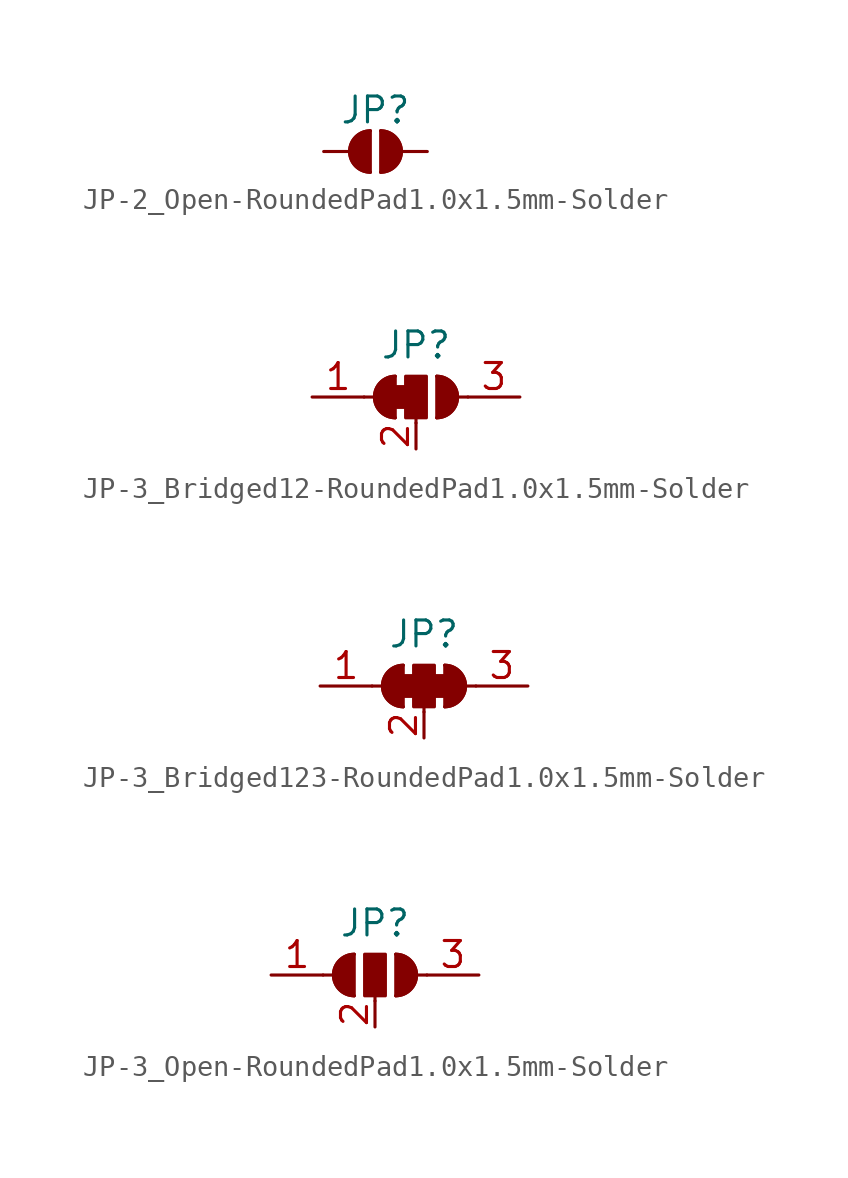
<source format=kicad_sym>
(kicad_symbol_lib
  (version 20241209)
  (generator "kicad_symbol_editor")
  (generator_version "9.0")
  (symbol "JP-2_Open-RoundedPad1.0x1.5mm-Solder"
    (pin_numbers
      (hide yes))
    (pin_names
      (offset 0)
      (hide yes))
    (property "Reference" "JP"
      (at 0 2.032 0)
      (effects (font (size 1.27 1.27))))
    (symbol "JP-2_Open-RoundedPad1.0x1.5mm-Solder_0_1"
      (polyline (pts (xy -0.254 1.016) (xy -0.254 -1.016)) (stroke (width 0) (type default)) (fill (type none)))
      (arc (start -0.254 -1.016) (mid -1.2656 0) (end -0.254 1.016) (stroke (width 0) (type default)) (fill (type none)))
      (arc (start -0.254 -1.016) (mid -1.2656 0) (end -0.254 1.016) (stroke (width 0) (type default)) (fill (type outline)))
      (arc (start 0.254 1.016) (mid 1.2656 0) (end 0.254 -1.016) (stroke (width 0) (type default)) (fill (type none)))
      (arc (start 0.254 1.016) (mid 1.2656 0) (end 0.254 -1.016) (stroke (width 0) (type default)) (fill (type outline)))
      (polyline (pts (xy 0.254 1.016) (xy 0.254 -1.016)) (stroke (width 0) (type default)) (fill (type none))))
    (symbol "JP-2_Open-RoundedPad1.0x1.5mm-Solder_1_1"
      (pin passive line (at -2.54 0 0) (length 1.27) (name "A" (effects (font (size 1.27 1.27)))) (number "1" (effects (font (size 1.27 1.27)))))
      (pin passive line (at 2.54 0 180) (length 1.27) (name "B" (effects (font (size 1.27 1.27)))) (number "2" (effects (font (size 1.27 1.27)))))))
  (symbol "JP-3_Bridged12-RoundedPad1.0x1.5mm-Solder"
    (pin_names
      (offset 0)
      (hide yes))
    (property "Reference" "JP"
      (at 0 2.54 0)
      (effects (font (size 1.27 1.27))))
    (symbol "JP-3_Bridged12-RoundedPad1.0x1.5mm-Solder_0_1"
      (polyline (pts (xy -2.54 0) (xy -2.032 0)) (stroke (width 0) (type default)) (fill (type none)))
      (polyline (pts (xy -1.016 1.016) (xy -1.016 -1.016)) (stroke (width 0) (type default)) (fill (type none)))
      (rectangle (start -1.016 0.508) (end -0.508 -0.508) (stroke (width 0) (type default)) (fill (type outline)))
      (arc (start -1.016 -1.016) (mid -2.0276 0) (end -1.016 1.016) (stroke (width 0) (type default)) (fill (type none)))
      (arc (start -1.016 -1.016) (mid -2.0276 0) (end -1.016 1.016) (stroke (width 0) (type default)) (fill (type outline)))
      (rectangle (start -0.508 1.016) (end 0.508 -1.016) (stroke (width 0) (type default)) (fill (type outline)))
      (polyline (pts (xy 0 -1.27) (xy 0 -1.016)) (stroke (width 0) (type default)) (fill (type none)))
      (arc (start 1.016 1.016) (mid 2.0276 0) (end 1.016 -1.016) (stroke (width 0) (type default)) (fill (type none)))
      (arc (start 1.016 1.016) (mid 2.0276 0) (end 1.016 -1.016) (stroke (width 0) (type default)) (fill (type outline)))
      (polyline (pts (xy 1.016 1.016) (xy 1.016 -1.016)) (stroke (width 0) (type default)) (fill (type none)))
      (polyline (pts (xy 2.54 0) (xy 2.032 0)) (stroke (width 0) (type default)) (fill (type none))))
    (symbol "JP-3_Bridged12-RoundedPad1.0x1.5mm-Solder_1_1"
      (pin passive line (at -5.08 0 0) (length 2.54) (name "A" (effects (font (size 1.27 1.27)))) (number "1" (effects (font (size 1.27 1.27)))))
      (pin passive line (at 0 -2.54 90) (length 1.27) (name "C" (effects (font (size 1.27 1.27)))) (number "2" (effects (font (size 1.27 1.27)))))
      (pin passive line (at 5.08 0 180) (length 2.54) (name "B" (effects (font (size 1.27 1.27)))) (number "3" (effects (font (size 1.27 1.27)))))))
  (symbol "JP-3_Bridged123-RoundedPad1.0x1.5mm-Solder"
    (pin_names
      (offset 0)
      (hide yes))
    (property "Reference" "JP"
      (at 0 2.54 0)
      (effects (font (size 1.27 1.27))))
    (symbol "JP-3_Bridged123-RoundedPad1.0x1.5mm-Solder_0_1"
      (polyline (pts (xy -2.54 0) (xy -2.032 0)) (stroke (width 0) (type default)) (fill (type none)))
      (polyline (pts (xy -1.016 1.016) (xy -1.016 -1.016)) (stroke (width 0) (type default)) (fill (type none)))
      (rectangle (start -1.016 0.508) (end -0.508 -0.508) (stroke (width 0) (type default)) (fill (type outline)))
      (arc (start -1.016 -1.016) (mid -2.0276 0) (end -1.016 1.016) (stroke (width 0) (type default)) (fill (type none)))
      (arc (start -1.016 -1.016) (mid -2.0276 0) (end -1.016 1.016) (stroke (width 0) (type default)) (fill (type outline)))
      (rectangle (start -0.508 1.016) (end 0.508 -1.016) (stroke (width 0) (type default)) (fill (type outline)))
      (polyline (pts (xy 0 -1.27) (xy 0 -1.016)) (stroke (width 0) (type default)) (fill (type none)))
      (rectangle (start 0.508 0.508) (end 1.016 -0.508) (stroke (width 0) (type default)) (fill (type outline)))
      (arc (start 1.016 1.016) (mid 2.0276 0) (end 1.016 -1.016) (stroke (width 0) (type default)) (fill (type none)))
      (arc (start 1.016 1.016) (mid 2.0276 0) (end 1.016 -1.016) (stroke (width 0) (type default)) (fill (type outline)))
      (polyline (pts (xy 1.016 1.016) (xy 1.016 -1.016)) (stroke (width 0) (type default)) (fill (type none)))
      (polyline (pts (xy 2.54 0) (xy 2.032 0)) (stroke (width 0) (type default)) (fill (type none))))
    (symbol "JP-3_Bridged123-RoundedPad1.0x1.5mm-Solder_1_1"
      (pin passive line (at -5.08 0 0) (length 2.54) (name "A" (effects (font (size 1.27 1.27)))) (number "1" (effects (font (size 1.27 1.27)))))
      (pin passive line (at 0 -2.54 90) (length 1.27) (name "C" (effects (font (size 1.27 1.27)))) (number "2" (effects (font (size 1.27 1.27)))))
      (pin passive line (at 5.08 0 180) (length 2.54) (name "B" (effects (font (size 1.27 1.27)))) (number "3" (effects (font (size 1.27 1.27)))))))
  (symbol "JP-3_Open-RoundedPad1.0x1.5mm-Solder"
    (pin_names
      (offset 0)
      (hide yes))
    (property "Reference" "JP"
      (at 0 2.54 0)
      (effects (font (size 1.27 1.27))))
    (symbol "JP-3_Open-RoundedPad1.0x1.5mm-Solder_0_1"
      (polyline (pts (xy -2.54 0) (xy -2.032 0)) (stroke (width 0) (type default)) (fill (type none)))
      (polyline (pts (xy -1.016 1.016) (xy -1.016 -1.016)) (stroke (width 0) (type default)) (fill (type none)))
      (arc (start -1.016 -1.016) (mid -2.0276 0) (end -1.016 1.016) (stroke (width 0) (type default)) (fill (type none)))
      (arc (start -1.016 -1.016) (mid -2.0276 0) (end -1.016 1.016) (stroke (width 0) (type default)) (fill (type outline)))
      (rectangle (start -0.508 1.016) (end 0.508 -1.016) (stroke (width 0) (type default)) (fill (type outline)))
      (polyline (pts (xy 0 -1.27) (xy 0 -1.016)) (stroke (width 0) (type default)) (fill (type none)))
      (arc (start 1.016 1.016) (mid 2.0276 0) (end 1.016 -1.016) (stroke (width 0) (type default)) (fill (type none)))
      (arc (start 1.016 1.016) (mid 2.0276 0) (end 1.016 -1.016) (stroke (width 0) (type default)) (fill (type outline)))
      (polyline (pts (xy 1.016 1.016) (xy 1.016 -1.016)) (stroke (width 0) (type default)) (fill (type none)))
      (polyline (pts (xy 2.54 0) (xy 2.032 0)) (stroke (width 0) (type default)) (fill (type none))))
    (symbol "JP-3_Open-RoundedPad1.0x1.5mm-Solder_1_1"
      (pin passive line (at -5.08 0 0) (length 2.54) (name "A" (effects (font (size 1.27 1.27)))) (number "1" (effects (font (size 1.27 1.27)))))
      (pin passive line (at 0 -2.54 90) (length 1.27) (name "C" (effects (font (size 1.27 1.27)))) (number "2" (effects (font (size 1.27 1.27)))))
      (pin passive line (at 5.08 0 180) (length 2.54) (name "B" (effects (font (size 1.27 1.27)))) (number "3" (effects (font (size 1.27 1.27))))))))
</source>
